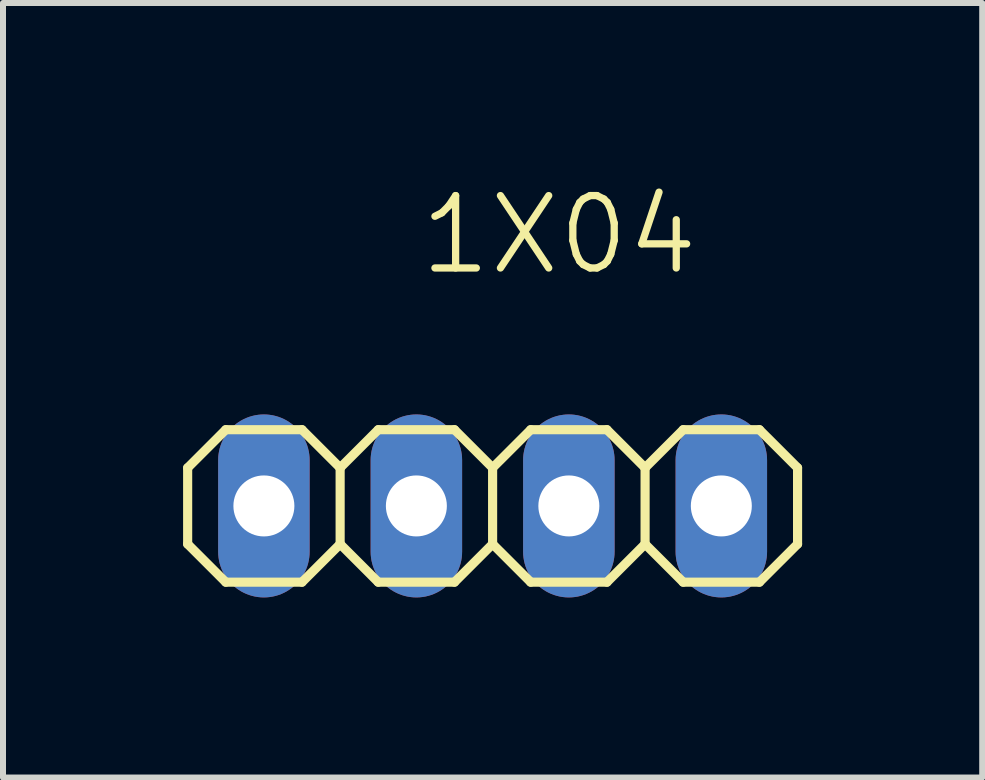
<source format=kicad_pcb>
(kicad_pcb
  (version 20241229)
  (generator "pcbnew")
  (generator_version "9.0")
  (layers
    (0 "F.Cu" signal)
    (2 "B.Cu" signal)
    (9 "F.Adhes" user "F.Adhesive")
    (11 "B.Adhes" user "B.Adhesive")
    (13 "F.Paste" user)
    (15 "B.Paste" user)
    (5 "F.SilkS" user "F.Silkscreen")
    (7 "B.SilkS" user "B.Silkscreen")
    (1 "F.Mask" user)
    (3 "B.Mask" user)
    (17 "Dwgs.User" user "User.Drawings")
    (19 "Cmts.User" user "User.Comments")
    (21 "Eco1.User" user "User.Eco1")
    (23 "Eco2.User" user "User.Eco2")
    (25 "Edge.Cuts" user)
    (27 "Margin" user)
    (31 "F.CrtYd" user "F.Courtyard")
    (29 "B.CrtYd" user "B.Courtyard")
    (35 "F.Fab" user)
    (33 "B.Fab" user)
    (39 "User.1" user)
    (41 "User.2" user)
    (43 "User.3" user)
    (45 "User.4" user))
  (footprint "1X04"
    (layer "F.Cu")
    (at 5.156 5.378)
    (property "Reference" "1X04" (at -1.27 -3.81 180) (layer "F.SilkS") (effects (font (size 1.206 1.206) (thickness 0.121)) (justify left bottom)))
    (attr through_hole)
    (fp_line (start -5.08 -0.635) (end -5.08 0.635) (stroke (width 0.152) (type solid)) (layer "F.SilkS"))
    (fp_line (start -5.08 0.635) (end -4.445 1.27) (stroke (width 0.152) (type solid)) (layer "F.SilkS"))
    (fp_line (start -4.445 -1.27) (end -5.08 -0.635) (stroke (width 0.152) (type solid)) (layer "F.SilkS"))
    (fp_line (start -4.445 -1.27) (end -3.175 -1.27) (stroke (width 0.152) (type solid)) (layer "F.SilkS"))
    (fp_line (start -3.175 -1.27) (end -2.54 -0.635) (stroke (width 0.152) (type solid)) (layer "F.SilkS"))
    (fp_line (start -3.175 1.27) (end -4.445 1.27) (stroke (width 0.152) (type solid)) (layer "F.SilkS"))
    (fp_line (start -2.54 -0.635) (end -2.54 0.635) (stroke (width 0.152) (type solid)) (layer "F.SilkS"))
    (fp_line (start -2.54 -0.635) (end -1.905 -1.27) (stroke (width 0.152) (type solid)) (layer "F.SilkS"))
    (fp_line (start -2.54 0.635) (end -3.175 1.27) (stroke (width 0.152) (type solid)) (layer "F.SilkS"))
    (fp_line (start -1.905 -1.27) (end -0.635 -1.27) (stroke (width 0.152) (type solid)) (layer "F.SilkS"))
    (fp_line (start -1.905 1.27) (end -2.54 0.635) (stroke (width 0.152) (type solid)) (layer "F.SilkS"))
    (fp_line (start -0.635 -1.27) (end 0 -0.635) (stroke (width 0.152) (type solid)) (layer "F.SilkS"))
    (fp_line (start -0.635 1.27) (end -1.905 1.27) (stroke (width 0.152) (type solid)) (layer "F.SilkS"))
    (fp_line (start 0 -0.635) (end 0 0.635) (stroke (width 0.152) (type solid)) (layer "F.SilkS"))
    (fp_line (start 0 -0.635) (end 0.635 -1.27) (stroke (width 0.152) (type solid)) (layer "F.SilkS"))
    (fp_line (start 0 0.635) (end -0.635 1.27) (stroke (width 0.152) (type solid)) (layer "F.SilkS"))
    (fp_line (start 0.635 -1.27) (end 1.905 -1.27) (stroke (width 0.152) (type solid)) (layer "F.SilkS"))
    (fp_line (start 0.635 1.27) (end 0 0.635) (stroke (width 0.152) (type solid)) (layer "F.SilkS"))
    (fp_line (start 1.905 -1.27) (end 2.54 -0.635) (stroke (width 0.152) (type solid)) (layer "F.SilkS"))
    (fp_line (start 1.905 1.27) (end 0.635 1.27) (stroke (width 0.152) (type solid)) (layer "F.SilkS"))
    (fp_line (start 2.54 -0.635) (end 2.54 0.635) (stroke (width 0.152) (type solid)) (layer "F.SilkS"))
    (fp_line (start 2.54 0.635) (end 1.905 1.27) (stroke (width 0.152) (type solid)) (layer "F.SilkS"))
    (fp_line (start 2.54 0.635) (end 3.175 1.27) (stroke (width 0.152) (type solid)) (layer "F.SilkS"))
    (fp_line (start 3.175 -1.27) (end 2.54 -0.635) (stroke (width 0.152) (type solid)) (layer "F.SilkS"))
    (fp_line (start 3.175 -1.27) (end 4.445 -1.27) (stroke (width 0.152) (type solid)) (layer "F.SilkS"))
    (fp_line (start 4.445 -1.27) (end 5.08 -0.635) (stroke (width 0.152) (type solid)) (layer "F.SilkS"))
    (fp_line (start 4.445 1.27) (end 3.175 1.27) (stroke (width 0.152) (type solid)) (layer "F.SilkS"))
    (fp_line (start 5.08 -0.635) (end 5.08 0.635) (stroke (width 0.152) (type solid)) (layer "F.SilkS"))
    (fp_line (start 5.08 0.635) (end 4.445 1.27) (stroke (width 0.152) (type solid)) (layer "F.SilkS"))
    (fp_poly (pts (xy -4.064 0.254) (xy -3.556 0.254) (xy -3.556 -0.254) (xy -4.064 -0.254)) (stroke (width 0.1) (type solid)) (fill no) (layer "F.Fab"))
    (fp_poly (pts (xy -1.524 0.254) (xy -1.016 0.254) (xy -1.016 -0.254) (xy -1.524 -0.254)) (stroke (width 0.1) (type solid)) (fill no) (layer "F.Fab"))
    (fp_poly (pts (xy 1.016 0.254) (xy 1.524 0.254) (xy 1.524 -0.254) (xy 1.016 -0.254)) (stroke (width 0.1) (type solid)) (fill no) (layer "F.Fab"))
    (fp_poly (pts (xy 3.556 0.254) (xy 4.064 0.254) (xy 4.064 -0.254) (xy 3.556 -0.254)) (stroke (width 0.1) (type solid)) (fill no) (layer "F.Fab"))
    (pad "1" thru_hole oval (at -3.81 0 90) (size 3.048 1.524) (drill 1.016) (layers "*.Cu" "*.Mask"))
    (pad "2" thru_hole oval (at -1.27 0 90) (size 3.048 1.524) (drill 1.016) (layers "*.Cu" "*.Mask"))
    (pad "3" thru_hole oval (at 1.27 0 90) (size 3.048 1.524) (drill 1.016) (layers "*.Cu" "*.Mask"))
    (pad "4" thru_hole oval (at 3.81 0 90) (size 3.048 1.524) (drill 1.016) (layers "*.Cu" "*.Mask")))
  (gr_rect
    (start -3 -3)
    (end 13.312 9.902)
    (stroke (width 0.1) (type default))
    (fill no)
    (layer "Edge.Cuts")))
</source>
